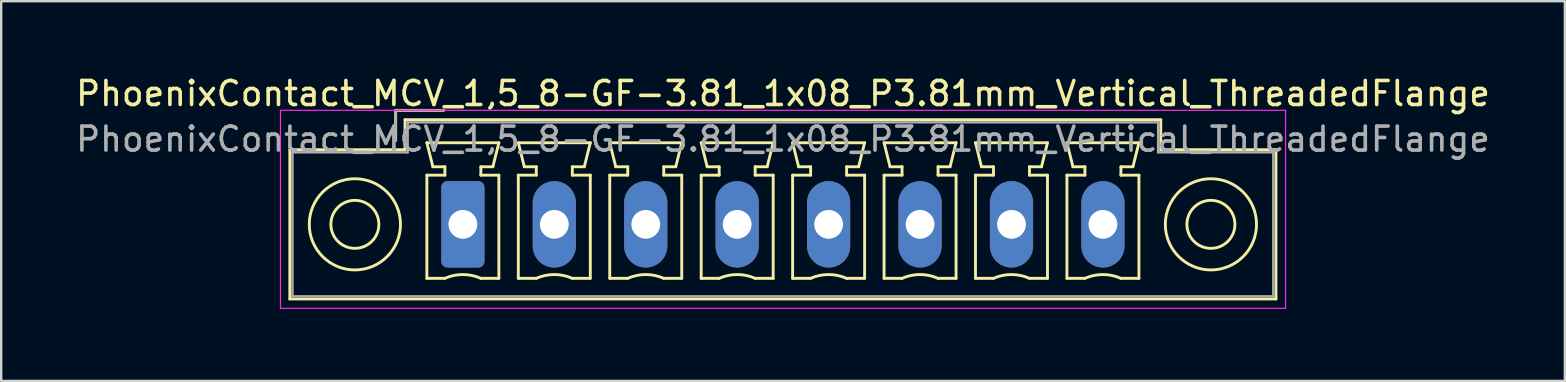
<source format=kicad_pcb>
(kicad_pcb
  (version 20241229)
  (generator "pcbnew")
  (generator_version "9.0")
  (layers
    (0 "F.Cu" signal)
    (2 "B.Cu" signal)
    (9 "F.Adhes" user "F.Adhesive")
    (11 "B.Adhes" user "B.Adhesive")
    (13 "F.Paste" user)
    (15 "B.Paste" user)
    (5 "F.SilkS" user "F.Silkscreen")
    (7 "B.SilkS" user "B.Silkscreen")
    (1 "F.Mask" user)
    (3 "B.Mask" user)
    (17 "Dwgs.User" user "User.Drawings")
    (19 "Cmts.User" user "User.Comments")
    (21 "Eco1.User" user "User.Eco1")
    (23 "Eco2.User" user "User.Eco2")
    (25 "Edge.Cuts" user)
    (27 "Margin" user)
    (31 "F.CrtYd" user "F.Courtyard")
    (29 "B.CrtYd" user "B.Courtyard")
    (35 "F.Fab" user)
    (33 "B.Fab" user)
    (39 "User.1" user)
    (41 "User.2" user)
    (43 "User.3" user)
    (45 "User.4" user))
  (footprint "PhoenixContact_MCV_1,5_8-GF-3.81_1x08_P3.81mm_Vertical_ThreadedFlange"
    (layer "F.Cu")
    (at 16.237 6.298)
    (property "Reference" "PhoenixContact_MCV_1,5_8-GF-3.81_1x08_P3.81mm_Vertical_ThreadedFlange" (at 13.34 -5.45 0) (layer "F.SilkS") (effects (font (size 1 1) (thickness 0.15))))
    (attr through_hole)
    (fp_line (start -7.21 -3.11) (end -7.21 3.11) (stroke (width 0.12) (type solid)) (layer "F.SilkS"))
    (fp_line (start -7.21 3.11) (end 33.88 3.11) (stroke (width 0.12) (type solid)) (layer "F.SilkS"))
    (fp_line (start -2.8 -4.75) (end -0.8 -4.75) (stroke (width 0.12) (type solid)) (layer "F.SilkS"))
    (fp_line (start -2.8 -3.5) (end -2.8 -4.75) (stroke (width 0.12) (type solid)) (layer "F.SilkS"))
    (fp_line (start -2.41 -4.36) (end -2.41 -3.11) (stroke (width 0.12) (type solid)) (layer "F.SilkS"))
    (fp_line (start -2.41 -3.11) (end -7.21 -3.11) (stroke (width 0.12) (type solid)) (layer "F.SilkS"))
    (fp_line (start -1.5 -3.4) (end 1.5 -3.4) (stroke (width 0.12) (type solid)) (layer "F.SilkS"))
    (fp_line (start -1.5 -2.05) (end -0.75 -2.05) (stroke (width 0.12) (type solid)) (layer "F.SilkS"))
    (fp_line (start -1.5 2.25) (end -1.5 -2.05) (stroke (width 0.12) (type solid)) (layer "F.SilkS"))
    (fp_line (start -1.25 -2.4) (end -1.5 -3.4) (stroke (width 0.12) (type solid)) (layer "F.SilkS"))
    (fp_line (start -0.75 -2.4) (end -1.25 -2.4) (stroke (width 0.12) (type solid)) (layer "F.SilkS"))
    (fp_line (start -0.75 -2.05) (end -0.75 -2.4) (stroke (width 0.12) (type solid)) (layer "F.SilkS"))
    (fp_line (start -0.75 2.25) (end -1.5 2.25) (stroke (width 0.12) (type solid)) (layer "F.SilkS"))
    (fp_line (start 0.75 -2.4) (end 0.75 -2.05) (stroke (width 0.12) (type solid)) (layer "F.SilkS"))
    (fp_line (start 0.75 -2.05) (end 1.5 -2.05) (stroke (width 0.12) (type solid)) (layer "F.SilkS"))
    (fp_line (start 1.25 -2.4) (end 0.75 -2.4) (stroke (width 0.12) (type solid)) (layer "F.SilkS"))
    (fp_line (start 1.5 -3.4) (end 1.25 -2.4) (stroke (width 0.12) (type solid)) (layer "F.SilkS"))
    (fp_line (start 1.5 -2.05) (end 1.5 2.25) (stroke (width 0.12) (type solid)) (layer "F.SilkS"))
    (fp_line (start 1.5 2.25) (end 0.75 2.25) (stroke (width 0.12) (type solid)) (layer "F.SilkS"))
    (fp_line (start 2.31 -3.4) (end 5.31 -3.4) (stroke (width 0.12) (type solid)) (layer "F.SilkS"))
    (fp_line (start 2.31 -2.05) (end 3.06 -2.05) (stroke (width 0.12) (type solid)) (layer "F.SilkS"))
    (fp_line (start 2.31 2.25) (end 2.31 -2.05) (stroke (width 0.12) (type solid)) (layer "F.SilkS"))
    (fp_line (start 2.56 -2.4) (end 2.31 -3.4) (stroke (width 0.12) (type solid)) (layer "F.SilkS"))
    (fp_line (start 3.06 -2.4) (end 2.56 -2.4) (stroke (width 0.12) (type solid)) (layer "F.SilkS"))
    (fp_line (start 3.06 -2.05) (end 3.06 -2.4) (stroke (width 0.12) (type solid)) (layer "F.SilkS"))
    (fp_line (start 3.06 2.25) (end 2.31 2.25) (stroke (width 0.12) (type solid)) (layer "F.SilkS"))
    (fp_line (start 4.56 -2.4) (end 4.56 -2.05) (stroke (width 0.12) (type solid)) (layer "F.SilkS"))
    (fp_line (start 4.56 -2.05) (end 5.31 -2.05) (stroke (width 0.12) (type solid)) (layer "F.SilkS"))
    (fp_line (start 5.06 -2.4) (end 4.56 -2.4) (stroke (width 0.12) (type solid)) (layer "F.SilkS"))
    (fp_line (start 5.31 -3.4) (end 5.06 -2.4) (stroke (width 0.12) (type solid)) (layer "F.SilkS"))
    (fp_line (start 5.31 -2.05) (end 5.31 2.25) (stroke (width 0.12) (type solid)) (layer "F.SilkS"))
    (fp_line (start 5.31 2.25) (end 4.56 2.25) (stroke (width 0.12) (type solid)) (layer "F.SilkS"))
    (fp_line (start 6.12 -3.4) (end 9.12 -3.4) (stroke (width 0.12) (type solid)) (layer "F.SilkS"))
    (fp_line (start 6.12 -2.05) (end 6.87 -2.05) (stroke (width 0.12) (type solid)) (layer "F.SilkS"))
    (fp_line (start 6.12 2.25) (end 6.12 -2.05) (stroke (width 0.12) (type solid)) (layer "F.SilkS"))
    (fp_line (start 6.37 -2.4) (end 6.12 -3.4) (stroke (width 0.12) (type solid)) (layer "F.SilkS"))
    (fp_line (start 6.87 -2.4) (end 6.37 -2.4) (stroke (width 0.12) (type solid)) (layer "F.SilkS"))
    (fp_line (start 6.87 -2.05) (end 6.87 -2.4) (stroke (width 0.12) (type solid)) (layer "F.SilkS"))
    (fp_line (start 6.87 2.25) (end 6.12 2.25) (stroke (width 0.12) (type solid)) (layer "F.SilkS"))
    (fp_line (start 8.37 -2.4) (end 8.37 -2.05) (stroke (width 0.12) (type solid)) (layer "F.SilkS"))
    (fp_line (start 8.37 -2.05) (end 9.12 -2.05) (stroke (width 0.12) (type solid)) (layer "F.SilkS"))
    (fp_line (start 8.87 -2.4) (end 8.37 -2.4) (stroke (width 0.12) (type solid)) (layer "F.SilkS"))
    (fp_line (start 9.12 -3.4) (end 8.87 -2.4) (stroke (width 0.12) (type solid)) (layer "F.SilkS"))
    (fp_line (start 9.12 -2.05) (end 9.12 2.25) (stroke (width 0.12) (type solid)) (layer "F.SilkS"))
    (fp_line (start 9.12 2.25) (end 8.37 2.25) (stroke (width 0.12) (type solid)) (layer "F.SilkS"))
    (fp_line (start 9.93 -3.4) (end 12.93 -3.4) (stroke (width 0.12) (type solid)) (layer "F.SilkS"))
    (fp_line (start 9.93 -2.05) (end 10.68 -2.05) (stroke (width 0.12) (type solid)) (layer "F.SilkS"))
    (fp_line (start 9.93 2.25) (end 9.93 -2.05) (stroke (width 0.12) (type solid)) (layer "F.SilkS"))
    (fp_line (start 10.18 -2.4) (end 9.93 -3.4) (stroke (width 0.12) (type solid)) (layer "F.SilkS"))
    (fp_line (start 10.68 -2.4) (end 10.18 -2.4) (stroke (width 0.12) (type solid)) (layer "F.SilkS"))
    (fp_line (start 10.68 -2.05) (end 10.68 -2.4) (stroke (width 0.12) (type solid)) (layer "F.SilkS"))
    (fp_line (start 10.68 2.25) (end 9.93 2.25) (stroke (width 0.12) (type solid)) (layer "F.SilkS"))
    (fp_line (start 12.18 -2.4) (end 12.18 -2.05) (stroke (width 0.12) (type solid)) (layer "F.SilkS"))
    (fp_line (start 12.18 -2.05) (end 12.93 -2.05) (stroke (width 0.12) (type solid)) (layer "F.SilkS"))
    (fp_line (start 12.68 -2.4) (end 12.18 -2.4) (stroke (width 0.12) (type solid)) (layer "F.SilkS"))
    (fp_line (start 12.93 -3.4) (end 12.68 -2.4) (stroke (width 0.12) (type solid)) (layer "F.SilkS"))
    (fp_line (start 12.93 -2.05) (end 12.93 2.25) (stroke (width 0.12) (type solid)) (layer "F.SilkS"))
    (fp_line (start 12.93 2.25) (end 12.18 2.25) (stroke (width 0.12) (type solid)) (layer "F.SilkS"))
    (fp_line (start 13.74 -3.4) (end 16.74 -3.4) (stroke (width 0.12) (type solid)) (layer "F.SilkS"))
    (fp_line (start 13.74 -2.05) (end 14.49 -2.05) (stroke (width 0.12) (type solid)) (layer "F.SilkS"))
    (fp_line (start 13.74 2.25) (end 13.74 -2.05) (stroke (width 0.12) (type solid)) (layer "F.SilkS"))
    (fp_line (start 13.99 -2.4) (end 13.74 -3.4) (stroke (width 0.12) (type solid)) (layer "F.SilkS"))
    (fp_line (start 14.49 -2.4) (end 13.99 -2.4) (stroke (width 0.12) (type solid)) (layer "F.SilkS"))
    (fp_line (start 14.49 -2.05) (end 14.49 -2.4) (stroke (width 0.12) (type solid)) (layer "F.SilkS"))
    (fp_line (start 14.49 2.25) (end 13.74 2.25) (stroke (width 0.12) (type solid)) (layer "F.SilkS"))
    (fp_line (start 15.99 -2.4) (end 15.99 -2.05) (stroke (width 0.12) (type solid)) (layer "F.SilkS"))
    (fp_line (start 15.99 -2.05) (end 16.74 -2.05) (stroke (width 0.12) (type solid)) (layer "F.SilkS"))
    (fp_line (start 16.49 -2.4) (end 15.99 -2.4) (stroke (width 0.12) (type solid)) (layer "F.SilkS"))
    (fp_line (start 16.74 -3.4) (end 16.49 -2.4) (stroke (width 0.12) (type solid)) (layer "F.SilkS"))
    (fp_line (start 16.74 -2.05) (end 16.74 2.25) (stroke (width 0.12) (type solid)) (layer "F.SilkS"))
    (fp_line (start 16.74 2.25) (end 15.99 2.25) (stroke (width 0.12) (type solid)) (layer "F.SilkS"))
    (fp_line (start 17.55 -3.4) (end 20.55 -3.4) (stroke (width 0.12) (type solid)) (layer "F.SilkS"))
    (fp_line (start 17.55 -2.05) (end 18.3 -2.05) (stroke (width 0.12) (type solid)) (layer "F.SilkS"))
    (fp_line (start 17.55 2.25) (end 17.55 -2.05) (stroke (width 0.12) (type solid)) (layer "F.SilkS"))
    (fp_line (start 17.8 -2.4) (end 17.55 -3.4) (stroke (width 0.12) (type solid)) (layer "F.SilkS"))
    (fp_line (start 18.3 -2.4) (end 17.8 -2.4) (stroke (width 0.12) (type solid)) (layer "F.SilkS"))
    (fp_line (start 18.3 -2.05) (end 18.3 -2.4) (stroke (width 0.12) (type solid)) (layer "F.SilkS"))
    (fp_line (start 18.3 2.25) (end 17.55 2.25) (stroke (width 0.12) (type solid)) (layer "F.SilkS"))
    (fp_line (start 19.8 -2.4) (end 19.8 -2.05) (stroke (width 0.12) (type solid)) (layer "F.SilkS"))
    (fp_line (start 19.8 -2.05) (end 20.55 -2.05) (stroke (width 0.12) (type solid)) (layer "F.SilkS"))
    (fp_line (start 20.3 -2.4) (end 19.8 -2.4) (stroke (width 0.12) (type solid)) (layer "F.SilkS"))
    (fp_line (start 20.55 -3.4) (end 20.3 -2.4) (stroke (width 0.12) (type solid)) (layer "F.SilkS"))
    (fp_line (start 20.55 -2.05) (end 20.55 2.25) (stroke (width 0.12) (type solid)) (layer "F.SilkS"))
    (fp_line (start 20.55 2.25) (end 19.8 2.25) (stroke (width 0.12) (type solid)) (layer "F.SilkS"))
    (fp_line (start 21.36 -3.4) (end 24.36 -3.4) (stroke (width 0.12) (type solid)) (layer "F.SilkS"))
    (fp_line (start 21.36 -2.05) (end 22.11 -2.05) (stroke (width 0.12) (type solid)) (layer "F.SilkS"))
    (fp_line (start 21.36 2.25) (end 21.36 -2.05) (stroke (width 0.12) (type solid)) (layer "F.SilkS"))
    (fp_line (start 21.61 -2.4) (end 21.36 -3.4) (stroke (width 0.12) (type solid)) (layer "F.SilkS"))
    (fp_line (start 22.11 -2.4) (end 21.61 -2.4) (stroke (width 0.12) (type solid)) (layer "F.SilkS"))
    (fp_line (start 22.11 -2.05) (end 22.11 -2.4) (stroke (width 0.12) (type solid)) (layer "F.SilkS"))
    (fp_line (start 22.11 2.25) (end 21.36 2.25) (stroke (width 0.12) (type solid)) (layer "F.SilkS"))
    (fp_line (start 23.61 -2.4) (end 23.61 -2.05) (stroke (width 0.12) (type solid)) (layer "F.SilkS"))
    (fp_line (start 23.61 -2.05) (end 24.36 -2.05) (stroke (width 0.12) (type solid)) (layer "F.SilkS"))
    (fp_line (start 24.11 -2.4) (end 23.61 -2.4) (stroke (width 0.12) (type solid)) (layer "F.SilkS"))
    (fp_line (start 24.36 -3.4) (end 24.11 -2.4) (stroke (width 0.12) (type solid)) (layer "F.SilkS"))
    (fp_line (start 24.36 -2.05) (end 24.36 2.25) (stroke (width 0.12) (type solid)) (layer "F.SilkS"))
    (fp_line (start 24.36 2.25) (end 23.61 2.25) (stroke (width 0.12) (type solid)) (layer "F.SilkS"))
    (fp_line (start 25.17 -3.4) (end 28.17 -3.4) (stroke (width 0.12) (type solid)) (layer "F.SilkS"))
    (fp_line (start 25.17 -2.05) (end 25.92 -2.05) (stroke (width 0.12) (type solid)) (layer "F.SilkS"))
    (fp_line (start 25.17 2.25) (end 25.17 -2.05) (stroke (width 0.12) (type solid)) (layer "F.SilkS"))
    (fp_line (start 25.42 -2.4) (end 25.17 -3.4) (stroke (width 0.12) (type solid)) (layer "F.SilkS"))
    (fp_line (start 25.92 -2.4) (end 25.42 -2.4) (stroke (width 0.12) (type solid)) (layer "F.SilkS"))
    (fp_line (start 25.92 -2.05) (end 25.92 -2.4) (stroke (width 0.12) (type solid)) (layer "F.SilkS"))
    (fp_line (start 25.92 2.25) (end 25.17 2.25) (stroke (width 0.12) (type solid)) (layer "F.SilkS"))
    (fp_line (start 27.42 -2.4) (end 27.42 -2.05) (stroke (width 0.12) (type solid)) (layer "F.SilkS"))
    (fp_line (start 27.42 -2.05) (end 28.17 -2.05) (stroke (width 0.12) (type solid)) (layer "F.SilkS"))
    (fp_line (start 27.92 -2.4) (end 27.42 -2.4) (stroke (width 0.12) (type solid)) (layer "F.SilkS"))
    (fp_line (start 28.17 -3.4) (end 27.92 -2.4) (stroke (width 0.12) (type solid)) (layer "F.SilkS"))
    (fp_line (start 28.17 -2.05) (end 28.17 2.25) (stroke (width 0.12) (type solid)) (layer "F.SilkS"))
    (fp_line (start 28.17 2.25) (end 27.42 2.25) (stroke (width 0.12) (type solid)) (layer "F.SilkS"))
    (fp_line (start 29.08 -4.36) (end -2.41 -4.36) (stroke (width 0.12) (type solid)) (layer "F.SilkS"))
    (fp_line (start 29.08 -3.11) (end 29.08 -4.36) (stroke (width 0.12) (type solid)) (layer "F.SilkS"))
    (fp_line (start 33.88 -3.11) (end 29.08 -3.11) (stroke (width 0.12) (type solid)) (layer "F.SilkS"))
    (fp_line (start 33.88 3.11) (end 33.88 -3.11) (stroke (width 0.12) (type solid)) (layer "F.SilkS"))
    (fp_arc (start -0.75 2.25) (mid -0.000193 2.09191) (end 0.749647 2.249844) (stroke (width 0.12) (type solid)) (layer "F.SilkS"))
    (fp_arc (start 3.06 2.25) (mid 3.809807 2.09191) (end 4.559647 2.249844) (stroke (width 0.12) (type solid)) (layer "F.SilkS"))
    (fp_arc (start 6.87 2.25) (mid 7.619807 2.09191) (end 8.369647 2.249844) (stroke (width 0.12) (type solid)) (layer "F.SilkS"))
    (fp_arc (start 10.68 2.25) (mid 11.429807 2.09191) (end 12.179647 2.249844) (stroke (width 0.12) (type solid)) (layer "F.SilkS"))
    (fp_arc (start 14.49 2.25) (mid 15.239807 2.09191) (end 15.989647 2.249844) (stroke (width 0.12) (type solid)) (layer "F.SilkS"))
    (fp_arc (start 18.3 2.25) (mid 19.049807 2.09191) (end 19.799647 2.249844) (stroke (width 0.12) (type solid)) (layer "F.SilkS"))
    (fp_arc (start 22.11 2.25) (mid 22.859807 2.09191) (end 23.609647 2.249844) (stroke (width 0.12) (type solid)) (layer "F.SilkS"))
    (fp_arc (start 25.92 2.25) (mid 26.669807 2.09191) (end 27.419647 2.249844) (stroke (width 0.12) (type solid)) (layer "F.SilkS"))
    (fp_circle (center -4.5 0) (end -3.5 0) (stroke (width 0.12) (type solid)) (fill no) (layer "F.SilkS"))
    (fp_circle (center -4.5 0) (end -2.6 0) (stroke (width 0.12) (type solid)) (fill no) (layer "F.SilkS"))
    (fp_circle (center 31.17 0) (end 32.17 0) (stroke (width 0.12) (type solid)) (fill no) (layer "F.SilkS"))
    (fp_circle (center 31.17 0) (end 33.07 0) (stroke (width 0.12) (type solid)) (fill no) (layer "F.SilkS"))
    (fp_line (start -7.6 -4.75) (end -7.6 3.5) (stroke (width 0.05) (type solid)) (layer "F.CrtYd"))
    (fp_line (start -7.6 3.5) (end 34.28 3.5) (stroke (width 0.05) (type solid)) (layer "F.CrtYd"))
    (fp_line (start 34.28 -4.75) (end -7.6 -4.75) (stroke (width 0.05) (type solid)) (layer "F.CrtYd"))
    (fp_line (start 34.28 3.5) (end 34.28 -4.75) (stroke (width 0.05) (type solid)) (layer "F.CrtYd"))
    (fp_line (start -7.1 -3) (end -7.1 3) (stroke (width 0.1) (type solid)) (layer "F.Fab"))
    (fp_line (start -7.1 3) (end 33.77 3) (stroke (width 0.1) (type solid)) (layer "F.Fab"))
    (fp_line (start -2.8 -4.75) (end -0.8 -4.75) (stroke (width 0.1) (type solid)) (layer "F.Fab"))
    (fp_line (start -2.8 -3.5) (end -2.8 -4.75) (stroke (width 0.1) (type solid)) (layer "F.Fab"))
    (fp_line (start -2.3 -4.25) (end -2.3 -3) (stroke (width 0.1) (type solid)) (layer "F.Fab"))
    (fp_line (start -2.3 -3) (end -7.1 -3) (stroke (width 0.1) (type solid)) (layer "F.Fab"))
    (fp_line (start 28.97 -4.25) (end -2.3 -4.25) (stroke (width 0.1) (type solid)) (layer "F.Fab"))
    (fp_line (start 28.97 -3) (end 28.97 -4.25) (stroke (width 0.1) (type solid)) (layer "F.Fab"))
    (fp_line (start 33.77 -3) (end 28.97 -3) (stroke (width 0.1) (type solid)) (layer "F.Fab"))
    (fp_line (start 33.77 3) (end 33.77 -3) (stroke (width 0.1) (type solid)) (layer "F.Fab"))
    (fp_text user "${REFERENCE}" (at 13.34 -3.55 0) (layer "F.Fab") (effects (font (size 1 1) (thickness 0.15))))
    (pad "1" thru_hole roundrect (at 0 0) (size 1.8 3.6) (drill 1.2) (layers "*.Cu" "*.Mask") (roundrect_rratio 0.139))
    (pad "2" thru_hole oval (at 3.81 0) (size 1.8 3.6) (drill 1.2) (layers "*.Cu" "*.Mask"))
    (pad "3" thru_hole oval (at 7.62 0) (size 1.8 3.6) (drill 1.2) (layers "*.Cu" "*.Mask"))
    (pad "4" thru_hole oval (at 11.43 0) (size 1.8 3.6) (drill 1.2) (layers "*.Cu" "*.Mask"))
    (pad "5" thru_hole oval (at 15.24 0) (size 1.8 3.6) (drill 1.2) (layers "*.Cu" "*.Mask"))
    (pad "6" thru_hole oval (at 19.05 0) (size 1.8 3.6) (drill 1.2) (layers "*.Cu" "*.Mask"))
    (pad "7" thru_hole oval (at 22.86 0) (size 1.8 3.6) (drill 1.2) (layers "*.Cu" "*.Mask"))
    (pad "8" thru_hole oval (at 26.67 0) (size 1.8 3.6) (drill 1.2) (layers "*.Cu" "*.Mask")))
  (gr_rect
    (start -3 -3)
    (end 62.155 12.823)
    (stroke (width 0.1) (type default))
    (fill no)
    (layer "Edge.Cuts")))
</source>
